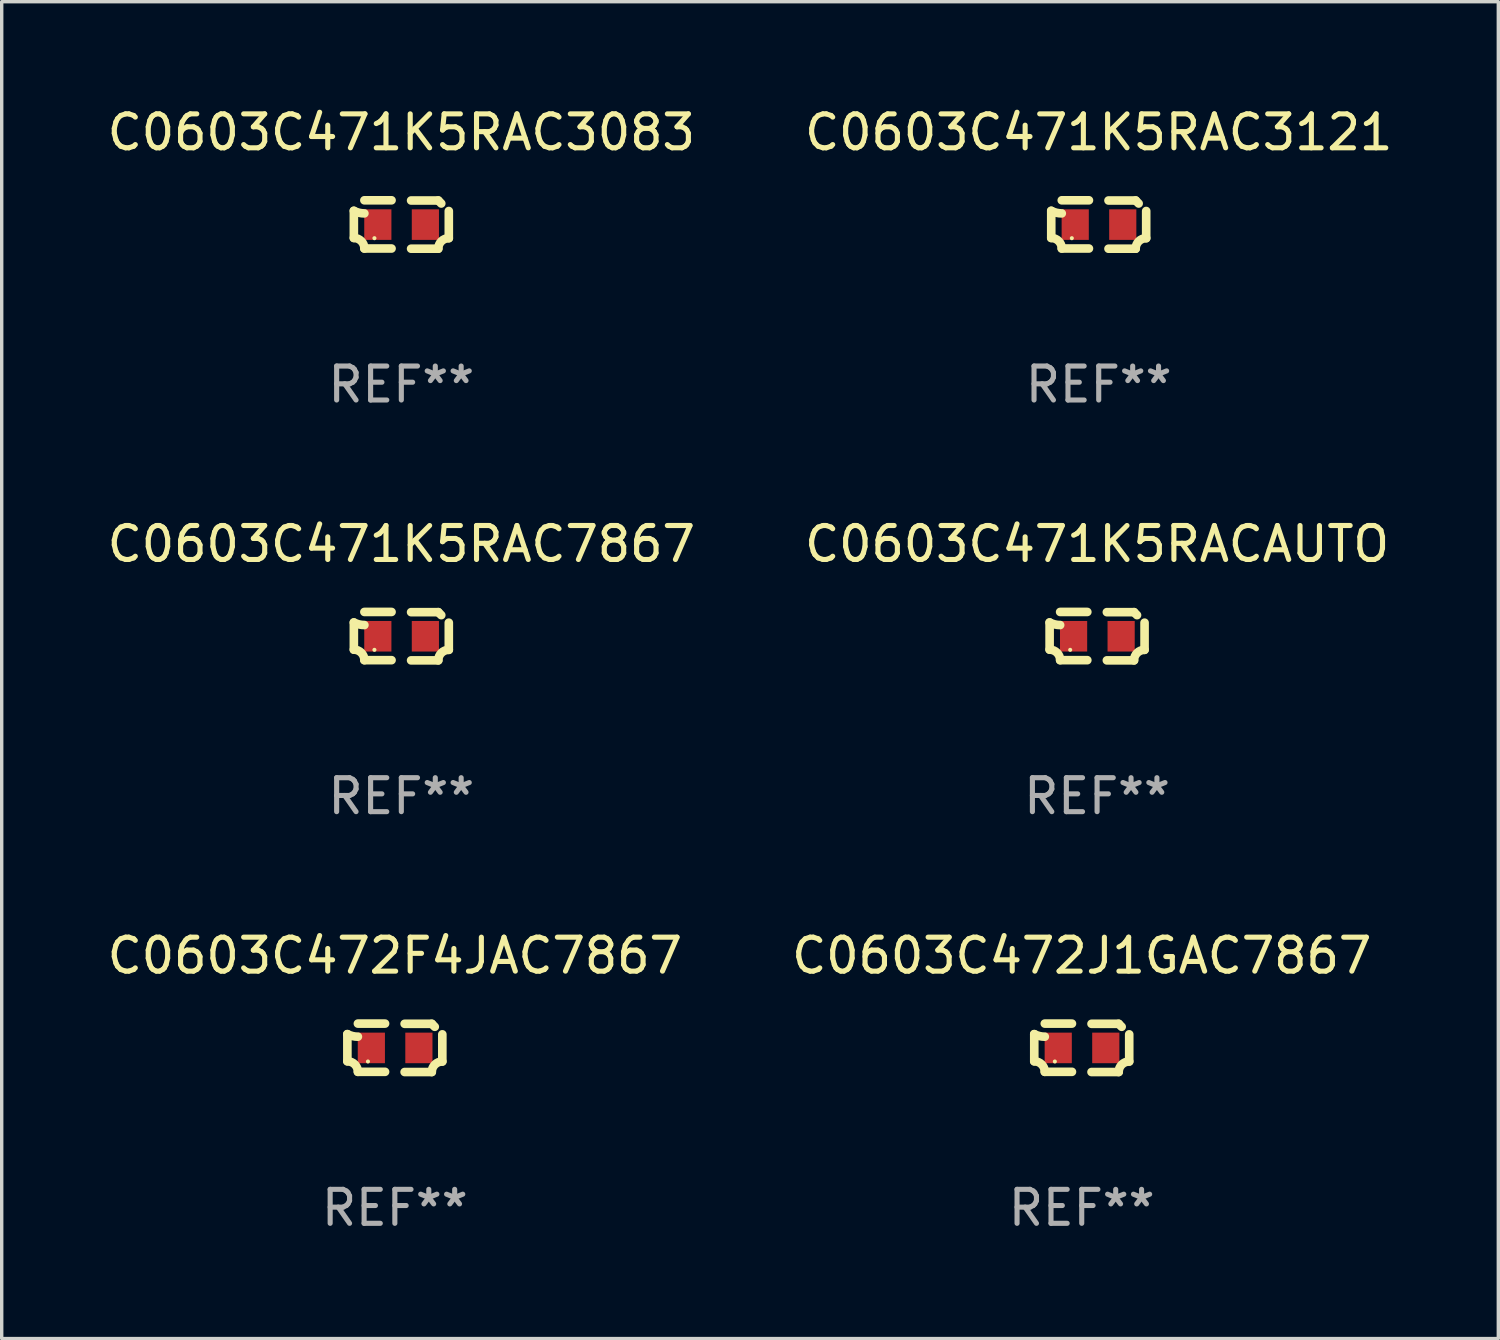
<source format=kicad_pcb>
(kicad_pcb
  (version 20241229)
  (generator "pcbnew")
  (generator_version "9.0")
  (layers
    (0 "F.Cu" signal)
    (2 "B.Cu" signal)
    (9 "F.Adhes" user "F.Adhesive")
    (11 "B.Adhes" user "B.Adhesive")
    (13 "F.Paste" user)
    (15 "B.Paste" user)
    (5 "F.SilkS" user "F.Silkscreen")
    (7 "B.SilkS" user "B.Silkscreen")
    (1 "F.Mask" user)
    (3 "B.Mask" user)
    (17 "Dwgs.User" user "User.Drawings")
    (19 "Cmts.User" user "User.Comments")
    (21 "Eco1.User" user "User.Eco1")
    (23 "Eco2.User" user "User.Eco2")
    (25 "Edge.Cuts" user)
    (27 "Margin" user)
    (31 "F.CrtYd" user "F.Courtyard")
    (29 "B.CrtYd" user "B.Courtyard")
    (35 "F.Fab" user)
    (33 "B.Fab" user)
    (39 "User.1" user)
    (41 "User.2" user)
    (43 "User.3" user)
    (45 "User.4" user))
  (footprint "C0603C472F4JAC7867"
    (layer "F.Cu")
    (at 8.577 27.805)
    (property "Reference" "C0603C472F4JAC7867" (at 0 -2.713 0) (layer "F.SilkS") (effects (font (size 1 1) (thickness 0.15))))
    (attr through_hole)
    (fp_line (start -1.398 -0.403) (end -1.398 0.397) (stroke (width 0.254) (type solid)) (layer "F.SilkS"))
    (fp_line (start -0.288 -0.713) (end -1.088 -0.713) (stroke (width 0.254) (type solid)) (layer "F.SilkS"))
    (fp_line (start -0.288 0.707) (end -1.088 0.707) (stroke (width 0.254) (type solid)) (layer "F.SilkS"))
    (fp_line (start 0.288 -0.707) (end 1.088 -0.707) (stroke (width 0.254) (type solid)) (layer "F.SilkS"))
    (fp_line (start 0.288 0.713) (end 1.088 0.713) (stroke (width 0.254) (type solid)) (layer "F.SilkS"))
    (fp_line (start 1.398 -0.397) (end 1.398 0.403) (stroke (width 0.254) (type solid)) (layer "F.SilkS"))
    (fp_arc (start -1.397789 0.397066) (mid -1.178701 0.487826) (end -1.08796 0.706922) (stroke (width 0.254001) (type solid)) (layer "F.SilkS"))
    (fp_arc (start -1.08796 -0.327176) (mid -1.247436 -0.346384) (end -1.39779 -0.402908) (stroke (width 0.254001) (type solid)) (layer "F.SilkS"))
    (fp_arc (start 1.087909 0.712738) (mid 1.178656 0.493655) (end 1.397739 0.402908) (stroke (width 0.254001) (type solid)) (layer "F.SilkS"))
    (fp_arc (start 1.175925 -0.618926) (mid 1.131917 -0.662923) (end 1.08791 -0.706922) (stroke (width 0.254001) (type solid)) (layer "F.SilkS"))
    (fp_circle (center -0.792 0.403) (end -0.762 0.403) (stroke (width 0.06) (type solid)) (fill no) (layer "F.SilkS"))
    (fp_text user "REF**" (at 0 4.713 0) (layer "F.Fab") (effects (font (size 1 1) (thickness 0.15))))
    (pad "1" smd rect (at -0.692 0.003) (size 0.8 0.9) (layers "F.Cu" "F.Mask" "F.Paste"))
    (pad "2" smd rect (at 0.708 0.003) (size 0.8 0.9) (layers "F.Cu" "F.Mask" "F.Paste")))
  (footprint "C0603C471K5RACAUTO"
    (layer "F.Cu")
    (at 29.256 15.683)
    (property "Reference" "C0603C471K5RACAUTO" (at 0 -2.713 0) (layer "F.SilkS") (effects (font (size 1 1) (thickness 0.15))))
    (attr through_hole)
    (fp_line (start -1.398 -0.403) (end -1.398 0.397) (stroke (width 0.254) (type solid)) (layer "F.SilkS"))
    (fp_line (start -0.288 -0.713) (end -1.088 -0.713) (stroke (width 0.254) (type solid)) (layer "F.SilkS"))
    (fp_line (start -0.288 0.707) (end -1.088 0.707) (stroke (width 0.254) (type solid)) (layer "F.SilkS"))
    (fp_line (start 0.288 -0.707) (end 1.088 -0.707) (stroke (width 0.254) (type solid)) (layer "F.SilkS"))
    (fp_line (start 0.288 0.713) (end 1.088 0.713) (stroke (width 0.254) (type solid)) (layer "F.SilkS"))
    (fp_line (start 1.398 -0.397) (end 1.398 0.403) (stroke (width 0.254) (type solid)) (layer "F.SilkS"))
    (fp_arc (start -1.397789 0.397066) (mid -1.178701 0.487826) (end -1.08796 0.706922) (stroke (width 0.254001) (type solid)) (layer "F.SilkS"))
    (fp_arc (start -1.08796 -0.327176) (mid -1.247436 -0.346384) (end -1.39779 -0.402908) (stroke (width 0.254001) (type solid)) (layer "F.SilkS"))
    (fp_arc (start 1.087909 0.712738) (mid 1.178656 0.493655) (end 1.397739 0.402908) (stroke (width 0.254001) (type solid)) (layer "F.SilkS"))
    (fp_arc (start 1.175925 -0.618926) (mid 1.131917 -0.662923) (end 1.08791 -0.706922) (stroke (width 0.254001) (type solid)) (layer "F.SilkS"))
    (fp_circle (center -0.792 0.403) (end -0.762 0.403) (stroke (width 0.06) (type solid)) (fill no) (layer "F.SilkS"))
    (fp_text user "REF**" (at 0 4.713 0) (layer "F.Fab") (effects (font (size 1 1) (thickness 0.15))))
    (pad "1" smd rect (at -0.692 0.003) (size 0.8 0.9) (layers "F.Cu" "F.Mask" "F.Paste"))
    (pad "2" smd rect (at 0.708 0.003) (size 0.8 0.9) (layers "F.Cu" "F.Mask" "F.Paste")))
  (footprint "C0603C471K5RAC7867"
    (layer "F.Cu")
    (at 8.768 15.683)
    (property "Reference" "C0603C471K5RAC7867" (at 0 -2.713 0) (layer "F.SilkS") (effects (font (size 1 1) (thickness 0.15))))
    (attr through_hole)
    (fp_line (start -1.398 -0.403) (end -1.398 0.397) (stroke (width 0.254) (type solid)) (layer "F.SilkS"))
    (fp_line (start -0.288 -0.713) (end -1.088 -0.713) (stroke (width 0.254) (type solid)) (layer "F.SilkS"))
    (fp_line (start -0.288 0.707) (end -1.088 0.707) (stroke (width 0.254) (type solid)) (layer "F.SilkS"))
    (fp_line (start 0.288 -0.707) (end 1.088 -0.707) (stroke (width 0.254) (type solid)) (layer "F.SilkS"))
    (fp_line (start 0.288 0.713) (end 1.088 0.713) (stroke (width 0.254) (type solid)) (layer "F.SilkS"))
    (fp_line (start 1.398 -0.397) (end 1.398 0.403) (stroke (width 0.254) (type solid)) (layer "F.SilkS"))
    (fp_arc (start -1.397789 0.397066) (mid -1.178701 0.487826) (end -1.08796 0.706922) (stroke (width 0.254001) (type solid)) (layer "F.SilkS"))
    (fp_arc (start -1.08796 -0.327176) (mid -1.247436 -0.346384) (end -1.39779 -0.402908) (stroke (width 0.254001) (type solid)) (layer "F.SilkS"))
    (fp_arc (start 1.087909 0.712738) (mid 1.178656 0.493655) (end 1.397739 0.402908) (stroke (width 0.254001) (type solid)) (layer "F.SilkS"))
    (fp_arc (start 1.175925 -0.618926) (mid 1.131917 -0.662923) (end 1.08791 -0.706922) (stroke (width 0.254001) (type solid)) (layer "F.SilkS"))
    (fp_circle (center -0.792 0.403) (end -0.762 0.403) (stroke (width 0.06) (type solid)) (fill no) (layer "F.SilkS"))
    (fp_text user "REF**" (at 0 4.713 0) (layer "F.Fab") (effects (font (size 1 1) (thickness 0.15))))
    (pad "1" smd rect (at -0.692 0.003) (size 0.8 0.9) (layers "F.Cu" "F.Mask" "F.Paste"))
    (pad "2" smd rect (at 0.708 0.003) (size 0.8 0.9) (layers "F.Cu" "F.Mask" "F.Paste")))
  (footprint "C0603C471K5RAC3083"
    (layer "F.Cu")
    (at 8.768 3.561)
    (property "Reference" "C0603C471K5RAC3083" (at 0 -2.713 0) (layer "F.SilkS") (effects (font (size 1 1) (thickness 0.15))))
    (attr through_hole)
    (fp_line (start -1.398 -0.403) (end -1.398 0.397) (stroke (width 0.254) (type solid)) (layer "F.SilkS"))
    (fp_line (start -0.288 -0.713) (end -1.088 -0.713) (stroke (width 0.254) (type solid)) (layer "F.SilkS"))
    (fp_line (start -0.288 0.707) (end -1.088 0.707) (stroke (width 0.254) (type solid)) (layer "F.SilkS"))
    (fp_line (start 0.288 -0.707) (end 1.088 -0.707) (stroke (width 0.254) (type solid)) (layer "F.SilkS"))
    (fp_line (start 0.288 0.713) (end 1.088 0.713) (stroke (width 0.254) (type solid)) (layer "F.SilkS"))
    (fp_line (start 1.398 -0.397) (end 1.398 0.403) (stroke (width 0.254) (type solid)) (layer "F.SilkS"))
    (fp_arc (start -1.397789 0.397066) (mid -1.178701 0.487826) (end -1.08796 0.706922) (stroke (width 0.254001) (type solid)) (layer "F.SilkS"))
    (fp_arc (start -1.08796 -0.327176) (mid -1.247436 -0.346384) (end -1.39779 -0.402908) (stroke (width 0.254001) (type solid)) (layer "F.SilkS"))
    (fp_arc (start 1.087909 0.712738) (mid 1.178656 0.493655) (end 1.397739 0.402908) (stroke (width 0.254001) (type solid)) (layer "F.SilkS"))
    (fp_arc (start 1.175925 -0.618926) (mid 1.131917 -0.662923) (end 1.08791 -0.706922) (stroke (width 0.254001) (type solid)) (layer "F.SilkS"))
    (fp_circle (center -0.792 0.403) (end -0.762 0.403) (stroke (width 0.06) (type solid)) (fill no) (layer "F.SilkS"))
    (fp_text user "REF**" (at 0 4.713 0) (layer "F.Fab") (effects (font (size 1 1) (thickness 0.15))))
    (pad "1" smd rect (at -0.692 0.003) (size 0.8 0.9) (layers "F.Cu" "F.Mask" "F.Paste"))
    (pad "2" smd rect (at 0.708 0.003) (size 0.8 0.9) (layers "F.Cu" "F.Mask" "F.Paste")))
  (footprint "C0603C472J1GAC7867"
    (layer "F.Cu")
    (at 28.804 27.805)
    (property "Reference" "C0603C472J1GAC7867" (at 0 -2.713 0) (layer "F.SilkS") (effects (font (size 1 1) (thickness 0.15))))
    (attr through_hole)
    (fp_line (start -1.398 -0.403) (end -1.398 0.397) (stroke (width 0.254) (type solid)) (layer "F.SilkS"))
    (fp_line (start -0.288 -0.713) (end -1.088 -0.713) (stroke (width 0.254) (type solid)) (layer "F.SilkS"))
    (fp_line (start -0.288 0.707) (end -1.088 0.707) (stroke (width 0.254) (type solid)) (layer "F.SilkS"))
    (fp_line (start 0.288 -0.707) (end 1.088 -0.707) (stroke (width 0.254) (type solid)) (layer "F.SilkS"))
    (fp_line (start 0.288 0.713) (end 1.088 0.713) (stroke (width 0.254) (type solid)) (layer "F.SilkS"))
    (fp_line (start 1.398 -0.397) (end 1.398 0.403) (stroke (width 0.254) (type solid)) (layer "F.SilkS"))
    (fp_arc (start -1.397789 0.397066) (mid -1.178701 0.487826) (end -1.08796 0.706922) (stroke (width 0.254001) (type solid)) (layer "F.SilkS"))
    (fp_arc (start -1.08796 -0.327176) (mid -1.247436 -0.346384) (end -1.39779 -0.402908) (stroke (width 0.254001) (type solid)) (layer "F.SilkS"))
    (fp_arc (start 1.087909 0.712738) (mid 1.178656 0.493655) (end 1.397739 0.402908) (stroke (width 0.254001) (type solid)) (layer "F.SilkS"))
    (fp_arc (start 1.175925 -0.618926) (mid 1.131917 -0.662923) (end 1.08791 -0.706922) (stroke (width 0.254001) (type solid)) (layer "F.SilkS"))
    (fp_circle (center -0.792 0.403) (end -0.762 0.403) (stroke (width 0.06) (type solid)) (fill no) (layer "F.SilkS"))
    (fp_text user "REF**" (at 0 4.713 0) (layer "F.Fab") (effects (font (size 1 1) (thickness 0.15))))
    (pad "1" smd rect (at -0.692 0.003) (size 0.8 0.9) (layers "F.Cu" "F.Mask" "F.Paste"))
    (pad "2" smd rect (at 0.708 0.003) (size 0.8 0.9) (layers "F.Cu" "F.Mask" "F.Paste")))
  (footprint "C0603C471K5RAC3121"
    (layer "F.Cu")
    (at 29.304 3.561)
    (property "Reference" "C0603C471K5RAC3121" (at 0 -2.713 0) (layer "F.SilkS") (effects (font (size 1 1) (thickness 0.15))))
    (attr through_hole)
    (fp_line (start -1.398 -0.403) (end -1.398 0.397) (stroke (width 0.254) (type solid)) (layer "F.SilkS"))
    (fp_line (start -0.288 -0.713) (end -1.088 -0.713) (stroke (width 0.254) (type solid)) (layer "F.SilkS"))
    (fp_line (start -0.288 0.707) (end -1.088 0.707) (stroke (width 0.254) (type solid)) (layer "F.SilkS"))
    (fp_line (start 0.288 -0.707) (end 1.088 -0.707) (stroke (width 0.254) (type solid)) (layer "F.SilkS"))
    (fp_line (start 0.288 0.713) (end 1.088 0.713) (stroke (width 0.254) (type solid)) (layer "F.SilkS"))
    (fp_line (start 1.398 -0.397) (end 1.398 0.403) (stroke (width 0.254) (type solid)) (layer "F.SilkS"))
    (fp_arc (start -1.397789 0.397066) (mid -1.178701 0.487826) (end -1.08796 0.706922) (stroke (width 0.254001) (type solid)) (layer "F.SilkS"))
    (fp_arc (start -1.08796 -0.327176) (mid -1.247436 -0.346384) (end -1.39779 -0.402908) (stroke (width 0.254001) (type solid)) (layer "F.SilkS"))
    (fp_arc (start 1.087909 0.712738) (mid 1.178656 0.493655) (end 1.397739 0.402908) (stroke (width 0.254001) (type solid)) (layer "F.SilkS"))
    (fp_arc (start 1.175925 -0.618926) (mid 1.131917 -0.662923) (end 1.08791 -0.706922) (stroke (width 0.254001) (type solid)) (layer "F.SilkS"))
    (fp_circle (center -0.792 0.403) (end -0.762 0.403) (stroke (width 0.06) (type solid)) (fill no) (layer "F.SilkS"))
    (fp_text user "REF**" (at 0 4.713 0) (layer "F.Fab") (effects (font (size 1 1) (thickness 0.15))))
    (pad "1" smd rect (at -0.692 0.003) (size 0.8 0.9) (layers "F.Cu" "F.Mask" "F.Paste"))
    (pad "2" smd rect (at 0.708 0.003) (size 0.8 0.9) (layers "F.Cu" "F.Mask" "F.Paste")))
  (gr_rect
    (start -3 -3)
    (end 41.071 36.366)
    (stroke (width 0.1) (type default))
    (fill no)
    (layer "Edge.Cuts")))
</source>
